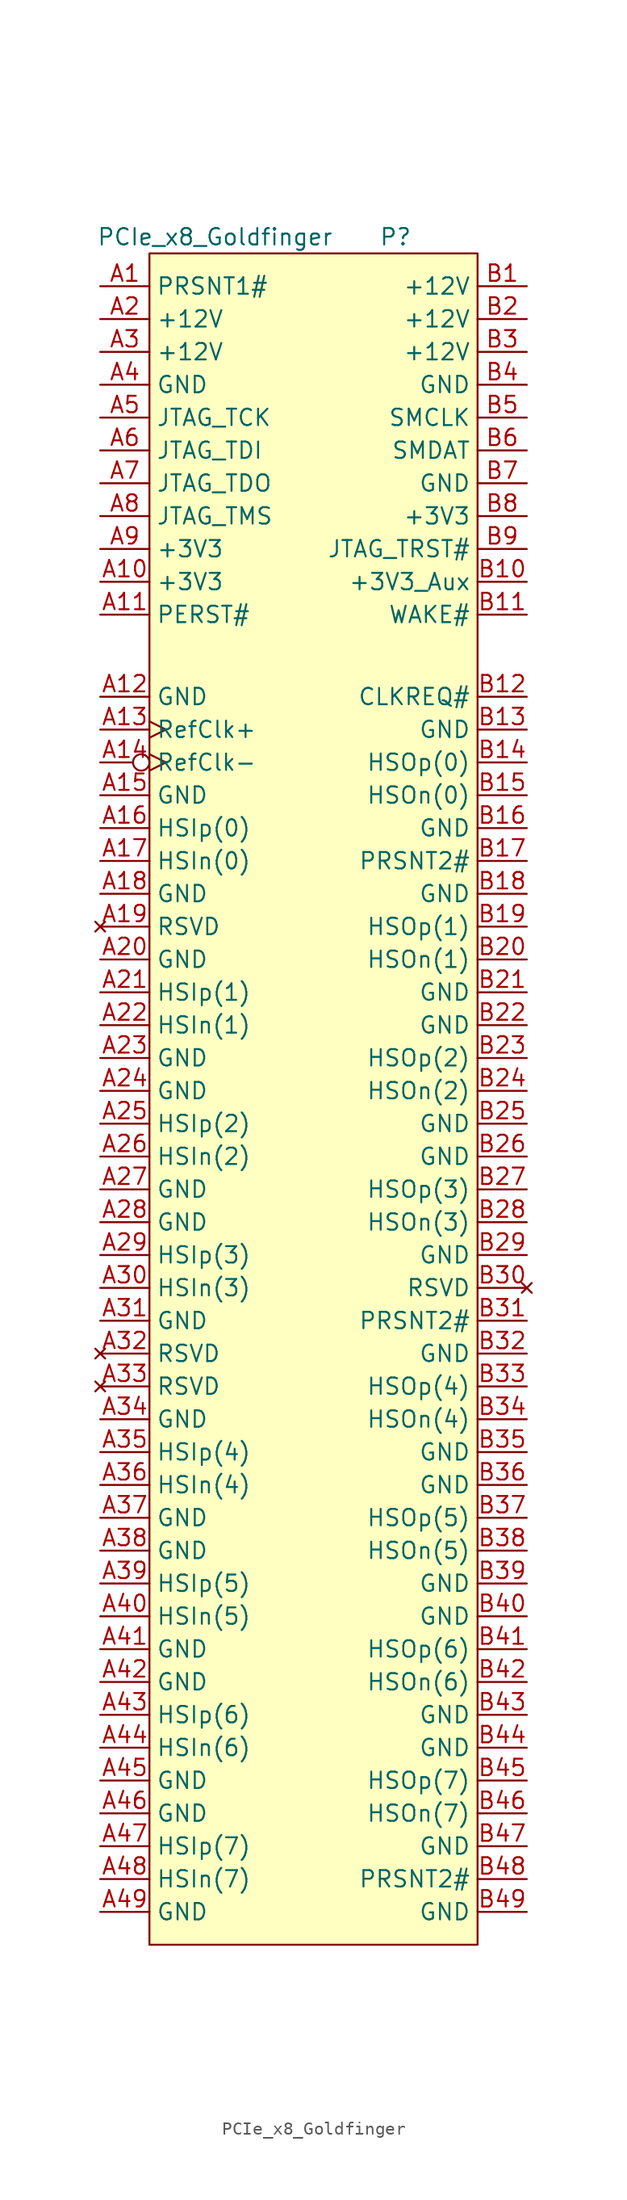
<source format=kicad_sym>
(kicad_symbol_lib
  (version 20231120)
  (generator "kicad_symbol_editor")
  (generator_version "8.0")
  (symbol "PCIe_x8_Goldfinger"
    (property "Reference" "P"
      (at 6.35 31.75 0)
      (effects (font (size 1.27 1.27))))
    (property "Value" "PCIe_x8_Goldfinger"
      (at -7.62 31.75 0)
      (effects (font (size 1.27 1.27))))
    (symbol "PCIe_x8_Goldfinger_0_1"
      (rectangle (start -12.7 30.48) (end 12.7 -100.33) (stroke (width 0) (type default)) (fill (type background))))
    (symbol "PCIe_x8_Goldfinger_1_1"
      (pin passive line (at -16.51 27.94 0) (length 3.81) (name "PRSNT1#" (effects (font (size 1.27 1.27)))) (number "A1" (effects (font (size 1.27 1.27)))))
      (pin passive line (at -16.51 5.08 0) (length 3.81) (name "+3V3" (effects (font (size 1.27 1.27)))) (number "A10" (effects (font (size 1.27 1.27)))))
      (pin passive line (at -16.51 2.54 0) (length 3.81) (name "PERST#" (effects (font (size 1.27 1.27)))) (number "A11" (effects (font (size 1.27 1.27)))))
      (pin passive line (at -16.51 -3.81 0) (length 3.81) (name "GND" (effects (font (size 1.27 1.27)))) (number "A12" (effects (font (size 1.27 1.27)))))
      (pin passive clock (at -16.51 -6.35 0) (length 3.81) (name "RefClk+" (effects (font (size 1.27 1.27)))) (number "A13" (effects (font (size 1.27 1.27)))))
      (pin passive inverted_clock (at -16.51 -8.89 0) (length 3.81) (name "RefClk-" (effects (font (size 1.27 1.27)))) (number "A14" (effects (font (size 1.27 1.27)))))
      (pin passive line (at -16.51 -11.43 0) (length 3.81) (name "GND" (effects (font (size 1.27 1.27)))) (number "A15" (effects (font (size 1.27 1.27)))))
      (pin passive line (at -16.51 -13.97 0) (length 3.81) (name "HSIp(0)" (effects (font (size 1.27 1.27)))) (number "A16" (effects (font (size 1.27 1.27)))))
      (pin passive line (at -16.51 -16.51 0) (length 3.81) (name "HSIn(0)" (effects (font (size 1.27 1.27)))) (number "A17" (effects (font (size 1.27 1.27)))))
      (pin passive line (at -16.51 -19.05 0) (length 3.81) (name "GND" (effects (font (size 1.27 1.27)))) (number "A18" (effects (font (size 1.27 1.27)))))
      (pin no_connect line (at -16.51 -21.59 0) (length 3.81) (name "RSVD" (effects (font (size 1.27 1.27)))) (number "A19" (effects (font (size 1.27 1.27)))))
      (pin passive line (at -16.51 25.4 0) (length 3.81) (name "+12V" (effects (font (size 1.27 1.27)))) (number "A2" (effects (font (size 1.27 1.27)))))
      (pin passive line (at -16.51 -24.13 0) (length 3.81) (name "GND" (effects (font (size 1.27 1.27)))) (number "A20" (effects (font (size 1.27 1.27)))))
      (pin passive line (at -16.51 -26.67 0) (length 3.81) (name "HSIp(1)" (effects (font (size 1.27 1.27)))) (number "A21" (effects (font (size 1.27 1.27)))))
      (pin passive line (at -16.51 -29.21 0) (length 3.81) (name "HSIn(1)" (effects (font (size 1.27 1.27)))) (number "A22" (effects (font (size 1.27 1.27)))))
      (pin passive line (at -16.51 -31.75 0) (length 3.81) (name "GND" (effects (font (size 1.27 1.27)))) (number "A23" (effects (font (size 1.27 1.27)))))
      (pin passive line (at -16.51 -34.29 0) (length 3.81) (name "GND" (effects (font (size 1.27 1.27)))) (number "A24" (effects (font (size 1.27 1.27)))))
      (pin passive line (at -16.51 -36.83 0) (length 3.81) (name "HSIp(2)" (effects (font (size 1.27 1.27)))) (number "A25" (effects (font (size 1.27 1.27)))))
      (pin passive line (at -16.51 -39.37 0) (length 3.81) (name "HSIn(2)" (effects (font (size 1.27 1.27)))) (number "A26" (effects (font (size 1.27 1.27)))))
      (pin passive line (at -16.51 -41.91 0) (length 3.81) (name "GND" (effects (font (size 1.27 1.27)))) (number "A27" (effects (font (size 1.27 1.27)))))
      (pin passive line (at -16.51 -44.45 0) (length 3.81) (name "GND" (effects (font (size 1.27 1.27)))) (number "A28" (effects (font (size 1.27 1.27)))))
      (pin passive line (at -16.51 -46.99 0) (length 3.81) (name "HSIp(3)" (effects (font (size 1.27 1.27)))) (number "A29" (effects (font (size 1.27 1.27)))))
      (pin passive line (at -16.51 22.86 0) (length 3.81) (name "+12V" (effects (font (size 1.27 1.27)))) (number "A3" (effects (font (size 1.27 1.27)))))
      (pin passive line (at -16.51 -49.53 0) (length 3.81) (name "HSIn(3)" (effects (font (size 1.27 1.27)))) (number "A30" (effects (font (size 1.27 1.27)))))
      (pin passive line (at -16.51 -52.07 0) (length 3.81) (name "GND" (effects (font (size 1.27 1.27)))) (number "A31" (effects (font (size 1.27 1.27)))))
      (pin no_connect line (at -16.51 -54.61 0) (length 3.81) (name "RSVD" (effects (font (size 1.27 1.27)))) (number "A32" (effects (font (size 1.27 1.27)))))
      (pin no_connect line (at -16.51 -57.15 0) (length 3.81) (name "RSVD" (effects (font (size 1.27 1.27)))) (number "A33" (effects (font (size 1.27 1.27)))))
      (pin passive line (at -16.51 -59.69 0) (length 3.81) (name "GND" (effects (font (size 1.27 1.27)))) (number "A34" (effects (font (size 1.27 1.27)))))
      (pin passive line (at -16.51 -62.23 0) (length 3.81) (name "HSIp(4)" (effects (font (size 1.27 1.27)))) (number "A35" (effects (font (size 1.27 1.27)))))
      (pin passive line (at -16.51 -64.77 0) (length 3.81) (name "HSIn(4)" (effects (font (size 1.27 1.27)))) (number "A36" (effects (font (size 1.27 1.27)))))
      (pin passive line (at -16.51 -67.31 0) (length 3.81) (name "GND" (effects (font (size 1.27 1.27)))) (number "A37" (effects (font (size 1.27 1.27)))))
      (pin passive line (at -16.51 -69.85 0) (length 3.81) (name "GND" (effects (font (size 1.27 1.27)))) (number "A38" (effects (font (size 1.27 1.27)))))
      (pin passive line (at -16.51 -72.39 0) (length 3.81) (name "HSIp(5)" (effects (font (size 1.27 1.27)))) (number "A39" (effects (font (size 1.27 1.27)))))
      (pin passive line (at -16.51 20.32 0) (length 3.81) (name "GND" (effects (font (size 1.27 1.27)))) (number "A4" (effects (font (size 1.27 1.27)))))
      (pin passive line (at -16.51 -74.93 0) (length 3.81) (name "HSIn(5)" (effects (font (size 1.27 1.27)))) (number "A40" (effects (font (size 1.27 1.27)))))
      (pin passive line (at -16.51 -77.47 0) (length 3.81) (name "GND" (effects (font (size 1.27 1.27)))) (number "A41" (effects (font (size 1.27 1.27)))))
      (pin passive line (at -16.51 -80.01 0) (length 3.81) (name "GND" (effects (font (size 1.27 1.27)))) (number "A42" (effects (font (size 1.27 1.27)))))
      (pin passive line (at -16.51 -82.55 0) (length 3.81) (name "HSIp(6)" (effects (font (size 1.27 1.27)))) (number "A43" (effects (font (size 1.27 1.27)))))
      (pin passive line (at -16.51 -85.09 0) (length 3.81) (name "HSIn(6)" (effects (font (size 1.27 1.27)))) (number "A44" (effects (font (size 1.27 1.27)))))
      (pin passive line (at -16.51 -87.63 0) (length 3.81) (name "GND" (effects (font (size 1.27 1.27)))) (number "A45" (effects (font (size 1.27 1.27)))))
      (pin passive line (at -16.51 -90.17 0) (length 3.81) (name "GND" (effects (font (size 1.27 1.27)))) (number "A46" (effects (font (size 1.27 1.27)))))
      (pin passive line (at -16.51 -92.71 0) (length 3.81) (name "HSIp(7)" (effects (font (size 1.27 1.27)))) (number "A47" (effects (font (size 1.27 1.27)))))
      (pin passive line (at -16.51 -95.25 0) (length 3.81) (name "HSIn(7)" (effects (font (size 1.27 1.27)))) (number "A48" (effects (font (size 1.27 1.27)))))
      (pin passive line (at -16.51 -97.79 0) (length 3.81) (name "GND" (effects (font (size 1.27 1.27)))) (number "A49" (effects (font (size 1.27 1.27)))))
      (pin passive line (at -16.51 17.78 0) (length 3.81) (name "JTAG_TCK" (effects (font (size 1.27 1.27)))) (number "A5" (effects (font (size 1.27 1.27)))))
      (pin passive line (at -16.51 15.24 0) (length 3.81) (name "JTAG_TDI" (effects (font (size 1.27 1.27)))) (number "A6" (effects (font (size 1.27 1.27)))))
      (pin passive line (at -16.51 12.7 0) (length 3.81) (name "JTAG_TDO" (effects (font (size 1.27 1.27)))) (number "A7" (effects (font (size 1.27 1.27)))))
      (pin passive line (at -16.51 10.16 0) (length 3.81) (name "JTAG_TMS" (effects (font (size 1.27 1.27)))) (number "A8" (effects (font (size 1.27 1.27)))))
      (pin passive line (at -16.51 7.62 0) (length 3.81) (name "+3V3" (effects (font (size 1.27 1.27)))) (number "A9" (effects (font (size 1.27 1.27)))))
      (pin passive line (at 16.51 27.94 180) (length 3.81) (name "+12V" (effects (font (size 1.27 1.27)))) (number "B1" (effects (font (size 1.27 1.27)))))
      (pin passive line (at 16.51 5.08 180) (length 3.81) (name "+3V3_Aux" (effects (font (size 1.27 1.27)))) (number "B10" (effects (font (size 1.27 1.27)))))
      (pin passive line (at 16.51 2.54 180) (length 3.81) (name "WAKE#" (effects (font (size 1.27 1.27)))) (number "B11" (effects (font (size 1.27 1.27)))))
      (pin passive line (at 16.51 -3.81 180) (length 3.81) (name "CLKREQ#" (effects (font (size 1.27 1.27)))) (number "B12" (effects (font (size 1.27 1.27)))))
      (pin passive line (at 16.51 -6.35 180) (length 3.81) (name "GND" (effects (font (size 1.27 1.27)))) (number "B13" (effects (font (size 1.27 1.27)))))
      (pin passive line (at 16.51 -8.89 180) (length 3.81) (name "HSOp(0)" (effects (font (size 1.27 1.27)))) (number "B14" (effects (font (size 1.27 1.27)))))
      (pin passive line (at 16.51 -11.43 180) (length 3.81) (name "HSOn(0)" (effects (font (size 1.27 1.27)))) (number "B15" (effects (font (size 1.27 1.27)))))
      (pin passive line (at 16.51 -13.97 180) (length 3.81) (name "GND" (effects (font (size 1.27 1.27)))) (number "B16" (effects (font (size 1.27 1.27)))))
      (pin passive line (at 16.51 -16.51 180) (length 3.81) (name "PRSNT2#" (effects (font (size 1.27 1.27)))) (number "B17" (effects (font (size 1.27 1.27)))))
      (pin passive line (at 16.51 -19.05 180) (length 3.81) (name "GND" (effects (font (size 1.27 1.27)))) (number "B18" (effects (font (size 1.27 1.27)))))
      (pin passive line (at 16.51 -21.59 180) (length 3.81) (name "HSOp(1)" (effects (font (size 1.27 1.27)))) (number "B19" (effects (font (size 1.27 1.27)))))
      (pin passive line (at 16.51 25.4 180) (length 3.81) (name "+12V" (effects (font (size 1.27 1.27)))) (number "B2" (effects (font (size 1.27 1.27)))))
      (pin passive line (at 16.51 -24.13 180) (length 3.81) (name "HSOn(1)" (effects (font (size 1.27 1.27)))) (number "B20" (effects (font (size 1.27 1.27)))))
      (pin passive line (at 16.51 -26.67 180) (length 3.81) (name "GND" (effects (font (size 1.27 1.27)))) (number "B21" (effects (font (size 1.27 1.27)))))
      (pin passive line (at 16.51 -29.21 180) (length 3.81) (name "GND" (effects (font (size 1.27 1.27)))) (number "B22" (effects (font (size 1.27 1.27)))))
      (pin passive line (at 16.51 -31.75 180) (length 3.81) (name "HSOp(2)" (effects (font (size 1.27 1.27)))) (number "B23" (effects (font (size 1.27 1.27)))))
      (pin passive line (at 16.51 -34.29 180) (length 3.81) (name "HSOn(2)" (effects (font (size 1.27 1.27)))) (number "B24" (effects (font (size 1.27 1.27)))))
      (pin passive line (at 16.51 -36.83 180) (length 3.81) (name "GND" (effects (font (size 1.27 1.27)))) (number "B25" (effects (font (size 1.27 1.27)))))
      (pin passive line (at 16.51 -39.37 180) (length 3.81) (name "GND" (effects (font (size 1.27 1.27)))) (number "B26" (effects (font (size 1.27 1.27)))))
      (pin passive line (at 16.51 -41.91 180) (length 3.81) (name "HSOp(3)" (effects (font (size 1.27 1.27)))) (number "B27" (effects (font (size 1.27 1.27)))))
      (pin passive line (at 16.51 -44.45 180) (length 3.81) (name "HSOn(3)" (effects (font (size 1.27 1.27)))) (number "B28" (effects (font (size 1.27 1.27)))))
      (pin passive line (at 16.51 -46.99 180) (length 3.81) (name "GND" (effects (font (size 1.27 1.27)))) (number "B29" (effects (font (size 1.27 1.27)))))
      (pin passive line (at 16.51 22.86 180) (length 3.81) (name "+12V" (effects (font (size 1.27 1.27)))) (number "B3" (effects (font (size 1.27 1.27)))))
      (pin no_connect line (at 16.51 -49.53 180) (length 3.81) (name "RSVD" (effects (font (size 1.27 1.27)))) (number "B30" (effects (font (size 1.27 1.27)))))
      (pin passive line (at 16.51 -52.07 180) (length 3.81) (name "PRSNT2#" (effects (font (size 1.27 1.27)))) (number "B31" (effects (font (size 1.27 1.27)))))
      (pin passive line (at 16.51 -54.61 180) (length 3.81) (name "GND" (effects (font (size 1.27 1.27)))) (number "B32" (effects (font (size 1.27 1.27)))))
      (pin passive line (at 16.51 -57.15 180) (length 3.81) (name "HSOp(4)" (effects (font (size 1.27 1.27)))) (number "B33" (effects (font (size 1.27 1.27)))))
      (pin passive line (at 16.51 -59.69 180) (length 3.81) (name "HSOn(4)" (effects (font (size 1.27 1.27)))) (number "B34" (effects (font (size 1.27 1.27)))))
      (pin passive line (at 16.51 -62.23 180) (length 3.81) (name "GND" (effects (font (size 1.27 1.27)))) (number "B35" (effects (font (size 1.27 1.27)))))
      (pin passive line (at 16.51 -64.77 180) (length 3.81) (name "GND" (effects (font (size 1.27 1.27)))) (number "B36" (effects (font (size 1.27 1.27)))))
      (pin passive line (at 16.51 -67.31 180) (length 3.81) (name "HSOp(5)" (effects (font (size 1.27 1.27)))) (number "B37" (effects (font (size 1.27 1.27)))))
      (pin passive line (at 16.51 -69.85 180) (length 3.81) (name "HSOn(5)" (effects (font (size 1.27 1.27)))) (number "B38" (effects (font (size 1.27 1.27)))))
      (pin passive line (at 16.51 -72.39 180) (length 3.81) (name "GND" (effects (font (size 1.27 1.27)))) (number "B39" (effects (font (size 1.27 1.27)))))
      (pin passive line (at 16.51 20.32 180) (length 3.81) (name "GND" (effects (font (size 1.27 1.27)))) (number "B4" (effects (font (size 1.27 1.27)))))
      (pin passive line (at 16.51 -74.93 180) (length 3.81) (name "GND" (effects (font (size 1.27 1.27)))) (number "B40" (effects (font (size 1.27 1.27)))))
      (pin passive line (at 16.51 -77.47 180) (length 3.81) (name "HSOp(6)" (effects (font (size 1.27 1.27)))) (number "B41" (effects (font (size 1.27 1.27)))))
      (pin passive line (at 16.51 -80.01 180) (length 3.81) (name "HSOn(6)" (effects (font (size 1.27 1.27)))) (number "B42" (effects (font (size 1.27 1.27)))))
      (pin passive line (at 16.51 -82.55 180) (length 3.81) (name "GND" (effects (font (size 1.27 1.27)))) (number "B43" (effects (font (size 1.27 1.27)))))
      (pin passive line (at 16.51 -85.09 180) (length 3.81) (name "GND" (effects (font (size 1.27 1.27)))) (number "B44" (effects (font (size 1.27 1.27)))))
      (pin passive line (at 16.51 -87.63 180) (length 3.81) (name "HSOp(7)" (effects (font (size 1.27 1.27)))) (number "B45" (effects (font (size 1.27 1.27)))))
      (pin passive line (at 16.51 -90.17 180) (length 3.81) (name "HSOn(7)" (effects (font (size 1.27 1.27)))) (number "B46" (effects (font (size 1.27 1.27)))))
      (pin passive line (at 16.51 -92.71 180) (length 3.81) (name "GND" (effects (font (size 1.27 1.27)))) (number "B47" (effects (font (size 1.27 1.27)))))
      (pin passive line (at 16.51 -95.25 180) (length 3.81) (name "PRSNT2#" (effects (font (size 1.27 1.27)))) (number "B48" (effects (font (size 1.27 1.27)))))
      (pin passive line (at 16.51 -97.79 180) (length 3.81) (name "GND" (effects (font (size 1.27 1.27)))) (number "B49" (effects (font (size 1.27 1.27)))))
      (pin passive line (at 16.51 17.78 180) (length 3.81) (name "SMCLK" (effects (font (size 1.27 1.27)))) (number "B5" (effects (font (size 1.27 1.27)))))
      (pin passive line (at 16.51 15.24 180) (length 3.81) (name "SMDAT" (effects (font (size 1.27 1.27)))) (number "B6" (effects (font (size 1.27 1.27)))))
      (pin passive line (at 16.51 12.7 180) (length 3.81) (name "GND" (effects (font (size 1.27 1.27)))) (number "B7" (effects (font (size 1.27 1.27)))))
      (pin passive line (at 16.51 10.16 180) (length 3.81) (name "+3V3" (effects (font (size 1.27 1.27)))) (number "B8" (effects (font (size 1.27 1.27)))))
      (pin passive line (at 16.51 7.62 180) (length 3.81) (name "JTAG_TRST#" (effects (font (size 1.27 1.27)))) (number "B9" (effects (font (size 1.27 1.27))))))))
</source>
